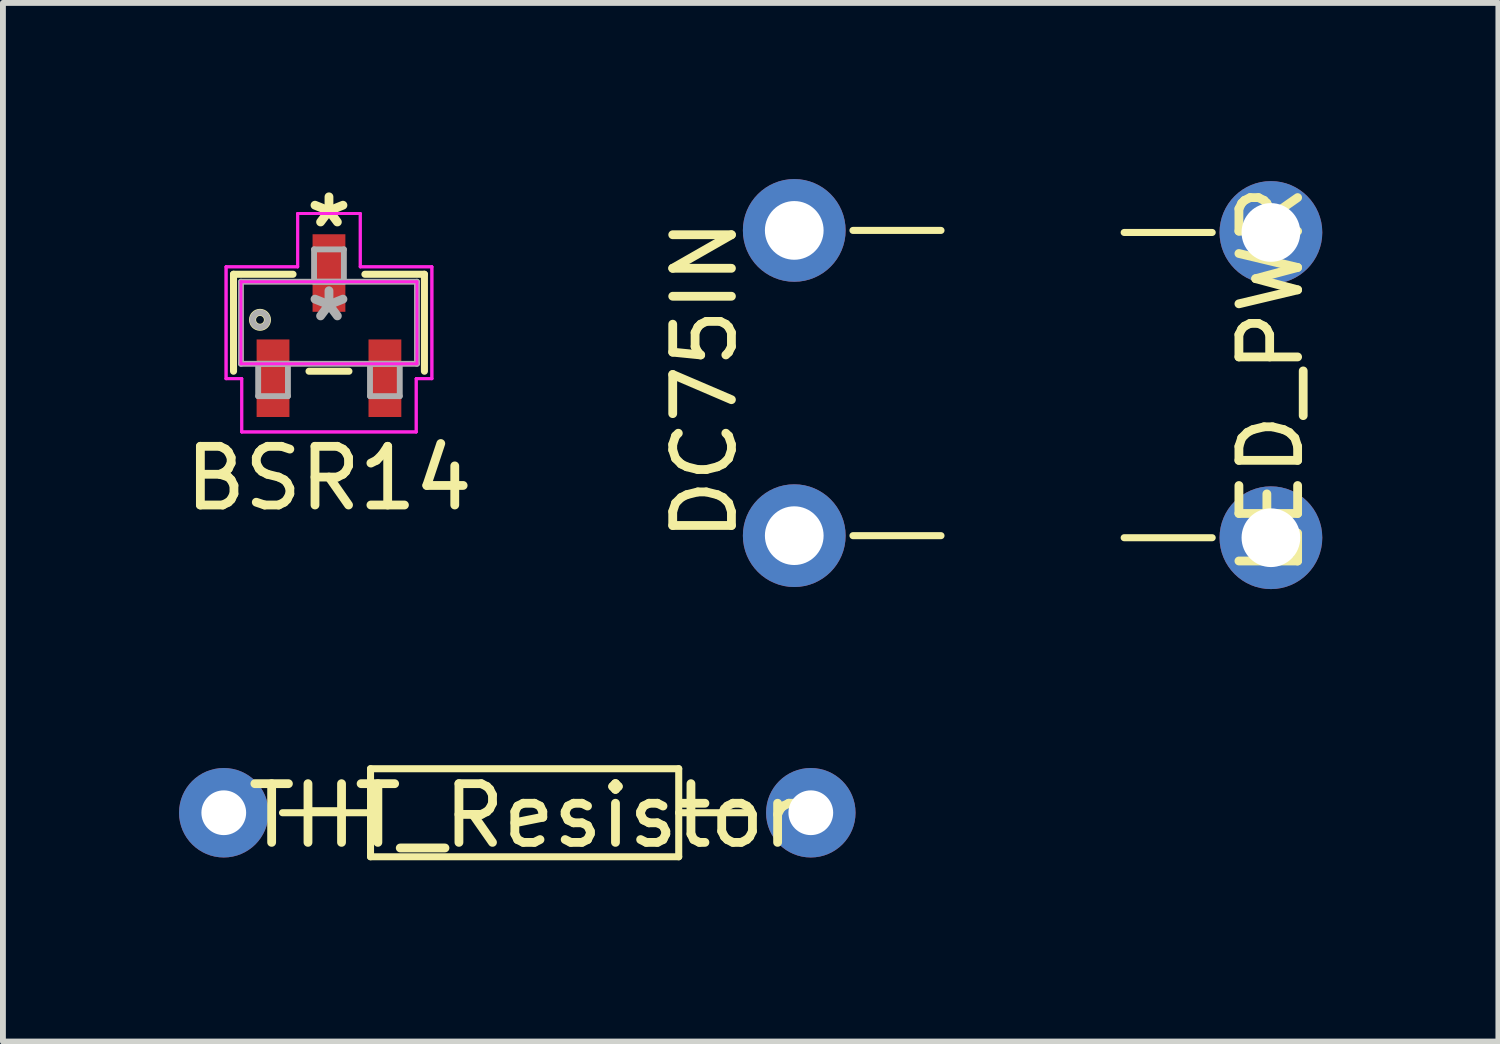
<source format=kicad_pcb>
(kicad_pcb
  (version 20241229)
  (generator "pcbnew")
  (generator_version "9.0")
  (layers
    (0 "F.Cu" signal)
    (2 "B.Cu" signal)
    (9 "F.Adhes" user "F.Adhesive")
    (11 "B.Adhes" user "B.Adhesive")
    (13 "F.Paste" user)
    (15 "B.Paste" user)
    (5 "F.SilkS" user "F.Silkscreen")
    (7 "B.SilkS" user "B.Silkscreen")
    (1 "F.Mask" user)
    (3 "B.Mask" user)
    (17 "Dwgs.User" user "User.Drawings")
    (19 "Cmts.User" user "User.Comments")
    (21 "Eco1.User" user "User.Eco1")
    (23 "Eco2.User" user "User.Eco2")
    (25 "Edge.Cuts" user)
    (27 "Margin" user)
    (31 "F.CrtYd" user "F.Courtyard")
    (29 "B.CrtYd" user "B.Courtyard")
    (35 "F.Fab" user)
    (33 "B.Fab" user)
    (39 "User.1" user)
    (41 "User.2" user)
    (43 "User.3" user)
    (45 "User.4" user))
  (footprint "BSR14"
    (layer "F.Cu")
    (at 2.554 2.448)
    (property "Reference" "BSR14" (at 0 2.65 0) (layer "F.SilkS") (effects (font (size 1 1) (thickness 0.15))))
    (attr through_hole)
    (fp_line (start -1.626 -0.826) (end -1.626 0.826) (stroke (width 0.12) (type solid)) (layer "F.SilkS"))
    (fp_line (start -0.612 -0.826) (end -1.626 -0.826) (stroke (width 0.12) (type solid)) (layer "F.SilkS"))
    (fp_line (start -0.34 0.826) (end 0.34 0.826) (stroke (width 0.12) (type solid)) (layer "F.SilkS"))
    (fp_line (start 1.626 -0.826) (end 0.612 -0.826) (stroke (width 0.12) (type solid)) (layer "F.SilkS"))
    (fp_line (start 1.626 0.826) (end 1.626 -0.826) (stroke (width 0.12) (type solid)) (layer "F.SilkS"))
    (fp_circle (center -1.175 -0.05) (end -1.048 -0.05) (stroke (width 0.12) (type solid)) (fill no) (layer "F.SilkS"))
    (fp_line (start -1.753 -0.953) (end -0.533 -0.953) (stroke (width 0.05) (type solid)) (layer "F.CrtYd"))
    (fp_line (start -1.753 -0.953) (end -0.533 -0.953) (stroke (width 0.05) (type solid)) (layer "F.CrtYd"))
    (fp_line (start -1.753 0.953) (end -1.753 -0.953) (stroke (width 0.05) (type solid)) (layer "F.CrtYd"))
    (fp_line (start -1.753 0.953) (end -1.753 -0.953) (stroke (width 0.05) (type solid)) (layer "F.CrtYd"))
    (fp_line (start -1.753 0.953) (end -1.486 0.953) (stroke (width 0.05) (type solid)) (layer "F.CrtYd"))
    (fp_line (start -1.499 -0.699) (end 1.499 -0.699) (stroke (width 0.05) (type solid)) (layer "F.CrtYd"))
    (fp_line (start -1.499 0.699) (end -1.499 -0.699) (stroke (width 0.05) (type solid)) (layer "F.CrtYd"))
    (fp_line (start -1.486 0.953) (end -1.753 0.953) (stroke (width 0.05) (type solid)) (layer "F.CrtYd"))
    (fp_line (start -1.486 0.953) (end -1.486 1.86) (stroke (width 0.05) (type solid)) (layer "F.CrtYd"))
    (fp_line (start -1.486 1.86) (end -1.486 0.953) (stroke (width 0.05) (type solid)) (layer "F.CrtYd"))
    (fp_line (start -1.486 1.86) (end 1.486 1.86) (stroke (width 0.05) (type solid)) (layer "F.CrtYd"))
    (fp_line (start -0.533 -1.86) (end 0.533 -1.86) (stroke (width 0.05) (type solid)) (layer "F.CrtYd"))
    (fp_line (start -0.533 -1.86) (end 0.533 -1.86) (stroke (width 0.05) (type solid)) (layer "F.CrtYd"))
    (fp_line (start -0.533 -0.953) (end -0.533 -1.86) (stroke (width 0.05) (type solid)) (layer "F.CrtYd"))
    (fp_line (start -0.533 -0.953) (end -0.533 -1.86) (stroke (width 0.05) (type solid)) (layer "F.CrtYd"))
    (fp_line (start 0.533 -1.86) (end 0.533 -0.953) (stroke (width 0.05) (type solid)) (layer "F.CrtYd"))
    (fp_line (start 0.533 -0.953) (end 0.533 -1.86) (stroke (width 0.05) (type solid)) (layer "F.CrtYd"))
    (fp_line (start 0.533 -0.953) (end 1.753 -0.953) (stroke (width 0.05) (type solid)) (layer "F.CrtYd"))
    (fp_line (start 1.486 0.953) (end 1.486 1.86) (stroke (width 0.05) (type solid)) (layer "F.CrtYd"))
    (fp_line (start 1.486 0.953) (end 1.486 1.86) (stroke (width 0.05) (type solid)) (layer "F.CrtYd"))
    (fp_line (start 1.486 1.86) (end -1.486 1.86) (stroke (width 0.05) (type solid)) (layer "F.CrtYd"))
    (fp_line (start 1.499 -0.699) (end 1.499 0.699) (stroke (width 0.05) (type solid)) (layer "F.CrtYd"))
    (fp_line (start 1.499 0.699) (end -1.499 0.699) (stroke (width 0.05) (type solid)) (layer "F.CrtYd"))
    (fp_line (start 1.753 -0.953) (end 0.533 -0.953) (stroke (width 0.05) (type solid)) (layer "F.CrtYd"))
    (fp_line (start 1.753 -0.953) (end 1.753 0.953) (stroke (width 0.05) (type solid)) (layer "F.CrtYd"))
    (fp_line (start 1.753 -0.953) (end 1.753 0.953) (stroke (width 0.05) (type solid)) (layer "F.CrtYd"))
    (fp_line (start 1.753 0.953) (end 1.486 0.953) (stroke (width 0.05) (type solid)) (layer "F.CrtYd"))
    (fp_line (start 1.753 0.953) (end 1.486 0.953) (stroke (width 0.05) (type solid)) (layer "F.CrtYd"))
    (fp_line (start -1.499 -0.699) (end -1.499 0.699) (stroke (width 0.1) (type solid)) (layer "F.Fab"))
    (fp_line (start -1.499 0.699) (end 1.499 0.699) (stroke (width 0.1) (type solid)) (layer "F.Fab"))
    (fp_line (start -1.206 0.699) (end -1.206 1.25) (stroke (width 0.1) (type solid)) (layer "F.Fab"))
    (fp_line (start -1.206 1.25) (end -0.699 1.25) (stroke (width 0.1) (type solid)) (layer "F.Fab"))
    (fp_line (start -0.699 0.699) (end -1.206 0.699) (stroke (width 0.1) (type solid)) (layer "F.Fab"))
    (fp_line (start -0.699 1.25) (end -0.699 0.699) (stroke (width 0.1) (type solid)) (layer "F.Fab"))
    (fp_line (start -0.254 -1.25) (end -0.254 -0.699) (stroke (width 0.1) (type solid)) (layer "F.Fab"))
    (fp_line (start -0.254 -0.699) (end 0.254 -0.699) (stroke (width 0.1) (type solid)) (layer "F.Fab"))
    (fp_line (start 0.254 -1.25) (end -0.254 -1.25) (stroke (width 0.1) (type solid)) (layer "F.Fab"))
    (fp_line (start 0.254 -0.699) (end 0.254 -1.25) (stroke (width 0.1) (type solid)) (layer "F.Fab"))
    (fp_line (start 0.699 0.699) (end 0.699 1.25) (stroke (width 0.1) (type solid)) (layer "F.Fab"))
    (fp_line (start 0.699 1.25) (end 1.206 1.25) (stroke (width 0.1) (type solid)) (layer "F.Fab"))
    (fp_line (start 1.206 0.699) (end 0.699 0.699) (stroke (width 0.1) (type solid)) (layer "F.Fab"))
    (fp_line (start 1.206 1.25) (end 1.206 0.699) (stroke (width 0.1) (type solid)) (layer "F.Fab"))
    (fp_line (start 1.499 -0.699) (end -1.499 -0.699) (stroke (width 0.1) (type solid)) (layer "F.Fab"))
    (fp_line (start 1.499 0.699) (end 1.499 -0.699) (stroke (width 0.1) (type solid)) (layer "F.Fab"))
    (fp_circle (center -1.175 -0.05) (end -1.048 -0.05) (stroke (width 0.1) (type solid)) (fill no) (layer "F.Fab"))
    (fp_text user "*" (at 0 -1.6 0) (layer "F.SilkS") (effects (font (size 1 1) (thickness 0.15))))
    (fp_text user "*" (at 0 0 0) (layer "F.Fab") (effects (font (size 1 1) (thickness 0.15))))
    (pad "1" smd rect (at -0.953 0.945) (size 0.559 1.321) (layers "F.Cu" "F.Mask" "F.Paste"))
    (pad "2" smd rect (at 0.953 0.945) (size 0.559 1.321) (layers "F.Cu" "F.Mask" "F.Paste"))
    (pad "3" smd rect (at 0 -0.847) (size 0.559 1.321) (layers "F.Cu" "F.Mask" "F.Paste")))
  (footprint "DC75IN"
    (layer "F.Cu")
    (at 10.48 0.875)
    (property "Reference" "DC75IN" (at -1.525 2.55 90) (unlocked yes) (layer "F.SilkS") (effects (font (size 1 1) (thickness 0.15))))
    (attr through_hole)
    (fp_line (start 1 0) (end 2.5 0) (stroke (width 0.12) (type solid)) (layer "F.SilkS"))
    (fp_line (start 1 5.2) (end 2.5 5.2) (stroke (width 0.12) (type solid)) (layer "F.SilkS"))
    (pad "1" thru_hole circle (at 0 5.2) (size 1.75 1.75) (drill 1) (layers "*.Cu" "*.Mask"))
    (pad "2" thru_hole circle (at 0 0) (size 1.75 1.75) (drill 1) (layers "*.Cu" "*.Mask")))
  (footprint "LED_PWR"
    (layer "F.Cu")
    (at 18.6 0.91)
    (property "Reference" "LED_PWR" (at 0 2.525 90) (unlocked yes) (layer "F.SilkS") (effects (font (size 1 1) (thickness 0.15))))
    (attr through_hole)
    (fp_line (start -1 0) (end -2.5 0) (stroke (width 0.12) (type solid)) (layer "F.SilkS"))
    (fp_line (start -1 5.2) (end -2.5 5.2) (stroke (width 0.12) (type solid)) (layer "F.SilkS"))
    (pad "1" thru_hole circle (at 0 0) (size 1.75 1.75) (drill 1) (layers "*.Cu" "*.Mask"))
    (pad "2" thru_hole circle (at 0 5.2) (size 1.75 1.75) (drill 1) (layers "*.Cu" "*.Mask")))
  (footprint "THT_Resistor"
    (layer "F.Cu")
    (at 0.762 10.795)
    (property "Reference" "THT_Resistor" (at 5.125 0.05 0) (unlocked yes) (layer "F.SilkS") (effects (font (size 1 1) (thickness 0.15))))
    (attr through_hole)
    (fp_line (start 1 0) (end 2.5 0) (stroke (width 0.12) (type solid)) (layer "F.SilkS"))
    (fp_line (start 2.5 -0.75) (end 7.75 -0.75) (stroke (width 0.12) (type solid)) (layer "F.SilkS"))
    (fp_line (start 2.5 0) (end 2.5 -0.75) (stroke (width 0.12) (type solid)) (layer "F.SilkS"))
    (fp_line (start 2.5 0.75) (end 2.5 0) (stroke (width 0.12) (type solid)) (layer "F.SilkS"))
    (fp_line (start 7.75 -0.75) (end 7.75 0) (stroke (width 0.12) (type solid)) (layer "F.SilkS"))
    (fp_line (start 7.75 0) (end 7.75 0.75) (stroke (width 0.12) (type solid)) (layer "F.SilkS"))
    (fp_line (start 7.75 0) (end 9 0) (stroke (width 0.12) (type solid)) (layer "F.SilkS"))
    (fp_line (start 7.75 0.75) (end 2.5 0.75) (stroke (width 0.12) (type solid)) (layer "F.SilkS"))
    (pad "1" thru_hole circle (at 0 0) (size 1.524 1.524) (drill 0.762) (layers "*.Cu" "*.Mask"))
    (pad "2" thru_hole circle (at 10 0) (size 1.524 1.524) (drill 0.762) (layers "*.Cu" "*.Mask")))
  (gr_rect
    (start -3 -3)
    (end 22.475 14.693)
    (stroke (width 0.1) (type default))
    (fill no)
    (layer "Edge.Cuts")))
</source>
